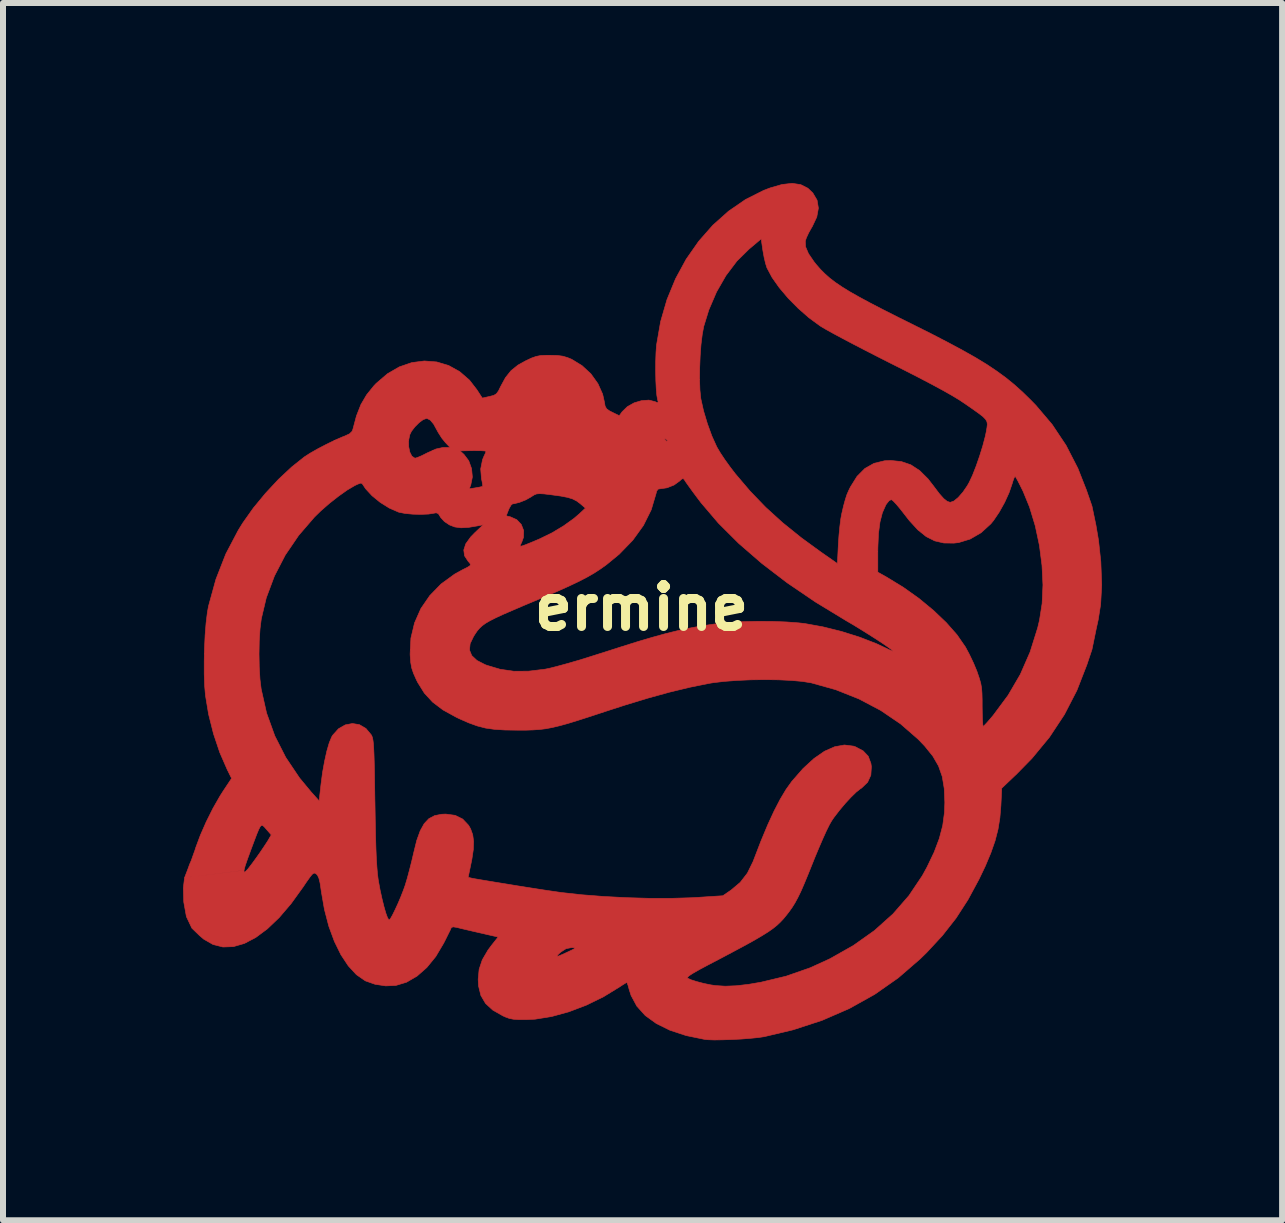
<source format=kicad_pcb>
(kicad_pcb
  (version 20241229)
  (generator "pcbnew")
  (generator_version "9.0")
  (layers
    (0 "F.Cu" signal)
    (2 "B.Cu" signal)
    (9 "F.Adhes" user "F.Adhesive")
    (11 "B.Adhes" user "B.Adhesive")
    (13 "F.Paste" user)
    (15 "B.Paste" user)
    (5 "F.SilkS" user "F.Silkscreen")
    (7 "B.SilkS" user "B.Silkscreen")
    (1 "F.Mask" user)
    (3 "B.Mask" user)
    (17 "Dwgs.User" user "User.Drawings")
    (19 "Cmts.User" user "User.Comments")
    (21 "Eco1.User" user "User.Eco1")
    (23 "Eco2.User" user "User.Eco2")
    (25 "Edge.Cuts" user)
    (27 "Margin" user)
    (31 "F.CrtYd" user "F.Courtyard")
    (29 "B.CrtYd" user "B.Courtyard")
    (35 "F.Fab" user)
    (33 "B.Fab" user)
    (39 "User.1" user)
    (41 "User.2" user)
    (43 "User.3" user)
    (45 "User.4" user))
  (footprint "ermine"
    (layer "F.Cu")
    (at 7.64 7.073)
    (property "Reference" "ermine" (at 0 0 0) (layer "F.SilkS") (effects (font (size 0.7 0.7) (thickness 0.15))))
    (attr through_hole)
    (fp_poly (pts (xy 2.652 -7.047) (xy 2.771 -6.987) (xy 2.854 -6.908) (xy 2.925 -6.788) (xy 2.947 -6.655) (xy 2.92 -6.507) (xy 2.844 -6.346) (xy 2.836 -6.334) (xy 2.786 -6.245) (xy 2.747 -6.161) (xy 2.729 -6.106) (xy 2.733 -6.012) (xy 2.781 -5.898) (xy 2.874 -5.762) (xy 2.913 -5.713) (xy 2.982 -5.634) (xy 3.055 -5.561) (xy 3.135 -5.49) (xy 3.227 -5.419) (xy 3.336 -5.345) (xy 3.465 -5.265) (xy 3.62 -5.177) (xy 3.805 -5.077) (xy 4.023 -4.964) (xy 4.28 -4.834) (xy 4.496 -4.727) (xy 4.82 -4.565) (xy 5.102 -4.419) (xy 5.348 -4.287) (xy 5.563 -4.166) (xy 5.752 -4.051) (xy 5.919 -3.939) (xy 6.071 -3.828) (xy 6.211 -3.714) (xy 6.346 -3.593) (xy 6.48 -3.462) (xy 6.571 -3.369) (xy 6.841 -3.051) (xy 7.074 -2.702) (xy 7.271 -2.319) (xy 7.413 -1.958) (xy 7.506 -1.689) (xy 7.572 -1.372) (xy 7.615 -1.118) (xy 7.653 -0.765) (xy 7.668 -0.376) (xy 7.65 -0.051) (xy 7.61 0.203) (xy 7.577 0.353) (xy 7.506 0.699) (xy 7.421 0.953) (xy 7.254 1.382) (xy 7.047 1.783) (xy 6.798 2.16) (xy 6.505 2.515) (xy 6.254 2.771) (xy 6.002 3.011) (xy 5.988 3.302) (xy 5.971 3.506) (xy 5.94 3.697) (xy 5.891 3.888) (xy 5.821 4.088) (xy 5.728 4.31) (xy 5.623 4.529) (xy 5.439 4.87) (xy 5.239 5.179) (xy 5.013 5.467) (xy 4.751 5.75) (xy 4.642 5.856) (xy 4.277 6.172) (xy 3.884 6.447) (xy 3.463 6.682) (xy 3.01 6.879) (xy 2.526 7.037) (xy 2.045 7.151) (xy 1.946 7.166) (xy 1.814 7.179) (xy 1.662 7.191) (xy 1.503 7.199) (xy 1.348 7.204) (xy 1.211 7.206) (xy 1.103 7.202) (xy 1.054 7.197) (xy 0.743 7.133) (xy 0.473 7.044) (xy 0.246 6.932) (xy 0.061 6.798) (xy -0.079 6.642) (xy -0.174 6.465) (xy -0.205 6.369) (xy -0.224 6.299) (xy -0.24 6.256) (xy -0.246 6.248) (xy -0.272 6.262) (xy -0.325 6.295) (xy -0.364 6.321) (xy -0.633 6.486) (xy -0.919 6.626) (xy -1.212 6.737) (xy -1.5 6.816) (xy -1.774 6.86) (xy -1.918 6.867) (xy -2.042 6.867) (xy -2.133 6.861) (xy -2.204 6.847) (xy -2.272 6.822) (xy -2.311 6.804) (xy -2.478 6.709) (xy -2.599 6.598) (xy -2.677 6.465) (xy -2.716 6.306) (xy -2.722 6.194) (xy -2.706 6.028) (xy -2.653 5.87) (xy -2.618 5.81) (xy -1.408 5.81) (xy -1.382 5.807) (xy -1.314 5.779) (xy -1.232 5.741) (xy -1.152 5.703) (xy -1.114 5.681) (xy -1.114 5.671) (xy -1.146 5.668) (xy -1.168 5.667) (xy -1.258 5.685) (xy -1.345 5.741) (xy -1.396 5.788) (xy -1.408 5.81) (xy -2.618 5.81) (xy -2.559 5.709) (xy -2.494 5.622) (xy -2.39 5.491) (xy -2.687 5.423) (xy -2.813 5.394) (xy -2.929 5.367) (xy -3.022 5.345) (xy -3.073 5.332) (xy -3.139 5.321) (xy -3.169 5.333) (xy -3.173 5.341) (xy -3.188 5.376) (xy -3.222 5.444) (xy -3.267 5.535) (xy -3.297 5.594) (xy -3.428 5.815) (xy -3.578 5.999) (xy -3.742 6.143) (xy -3.916 6.244) (xy -4.095 6.298) (xy -4.096 6.298) (xy -4.264 6.305) (xy -4.441 6.278) (xy -4.6 6.222) (xy -4.607 6.218) (xy -4.751 6.118) (xy -4.886 5.972) (xy -5.009 5.786) (xy -5.118 5.564) (xy -5.211 5.311) (xy -5.284 5.031) (xy -5.336 4.731) (xy -5.338 4.715) (xy -5.356 4.593) (xy -5.376 4.512) (xy -5.399 4.462) (xy -5.418 4.442) (xy -5.44 4.427) (xy -5.461 4.427) (xy -5.488 4.446) (xy -5.525 4.492) (xy -5.58 4.569) (xy -5.64 4.658) (xy -5.839 4.934) (xy -6.038 5.167) (xy -6.235 5.355) (xy -6.429 5.499) (xy -6.618 5.598) (xy -6.801 5.651) (xy -6.976 5.657) (xy -7.141 5.615) (xy -7.296 5.526) (xy -7.367 5.465) (xy -7.493 5.343) (xy -7.584 5.151) (xy -7.628 4.907) (xy -7.635 4.674) (xy -7.615 4.503) (xy -6.624 4.379) (xy -6.623 4.411) (xy -6.6 4.401) (xy -6.554 4.351) (xy -6.485 4.261) (xy -6.421 4.173) (xy -6.351 4.074) (xy -6.287 3.979) (xy -6.238 3.904) (xy -6.224 3.882) (xy -6.17 3.789) (xy -6.251 3.696) (xy -6.284 3.658) (xy -6.309 3.635) (xy -6.33 3.629) (xy -6.352 3.648) (xy -6.377 3.695) (xy -6.411 3.776) (xy -6.456 3.895) (xy -6.501 4.015) (xy -6.562 4.181) (xy -6.604 4.302) (xy -6.624 4.378) (xy -7.615 4.503) (xy -7.562 4.366) (xy -7.531 4.28) (xy -7.503 4.216) (xy -7.468 4.117) (xy -7.444 4.051) (xy -7.428 4) (xy -7.352 3.796) (xy -7.254 3.572) (xy -7.142 3.348) (xy -7.025 3.143) (xy -6.971 3.058) (xy -6.831 2.847) (xy -6.904 2.7) (xy -7.027 2.418) (xy -7.132 2.105) (xy -7.214 1.78) (xy -7.266 1.466) (xy -7.28 1.304) (xy -7.287 1.11) (xy -7.287 0.897) (xy -7.285 0.773) (xy -6.374 0.773) (xy -6.37 0.992) (xy -6.358 1.195) (xy -6.338 1.359) (xy -6.248 1.759) (xy -6.111 2.139) (xy -5.928 2.499) (xy -5.698 2.841) (xy -5.504 3.075) (xy -5.372 3.222) (xy -5.341 2.945) (xy -5.315 2.747) (xy -5.281 2.56) (xy -5.244 2.393) (xy -5.204 2.255) (xy -5.163 2.156) (xy -5.147 2.129) (xy -5.05 2.021) (xy -4.937 1.956) (xy -4.818 1.933) (xy -4.701 1.952) (xy -4.593 2.015) (xy -4.505 2.12) (xy -4.493 2.142) (xy -4.483 2.171) (xy -4.475 2.212) (xy -4.468 2.268) (xy -4.463 2.346) (xy -4.458 2.449) (xy -4.454 2.583) (xy -4.45 2.753) (xy -4.447 2.964) (xy -4.443 3.22) (xy -4.442 3.251) (xy -4.437 3.547) (xy -4.432 3.798) (xy -4.426 4.006) (xy -4.419 4.178) (xy -4.41 4.318) (xy -4.401 4.43) (xy -4.39 4.519) (xy -4.386 4.547) (xy -4.357 4.705) (xy -4.324 4.855) (xy -4.291 4.988) (xy -4.26 5.095) (xy -4.232 5.171) (xy -4.209 5.206) (xy -4.205 5.207) (xy -4.184 5.185) (xy -4.15 5.125) (xy -4.107 5.038) (xy -4.059 4.934) (xy -4.011 4.821) (xy -3.968 4.711) (xy -3.938 4.627) (xy -3.903 4.51) (xy -3.864 4.364) (xy -3.825 4.209) (xy -3.797 4.089) (xy -3.746 3.882) (xy -3.688 3.721) (xy -3.622 3.602) (xy -3.544 3.519) (xy -3.448 3.468) (xy -3.332 3.445) (xy -3.262 3.442) (xy -3.106 3.463) (xy -2.98 3.525) (xy -2.882 3.629) (xy -2.848 3.689) (xy -2.813 3.787) (xy -2.798 3.898) (xy -2.803 4.033) (xy -2.828 4.201) (xy -2.843 4.274) (xy -2.889 4.496) (xy -2.835 4.509) (xy -2.784 4.519) (xy -2.691 4.535) (xy -2.565 4.556) (xy -2.414 4.581) (xy -2.247 4.608) (xy -2.071 4.637) (xy -1.895 4.665) (xy -1.729 4.691) (xy -1.579 4.714) (xy -1.455 4.732) (xy -1.365 4.745) (xy -1.346 4.748) (xy -1.003 4.786) (xy -0.632 4.815) (xy -0.248 4.835) (xy 0.134 4.846) (xy 0.5 4.846) (xy 0.836 4.836) (xy 0.938 4.83) (xy 1.355 4.803) (xy 1.493 4.708) (xy 1.645 4.58) (xy 1.764 4.426) (xy 1.858 4.235) (xy 1.868 4.209) (xy 1.99 3.892) (xy 2.103 3.621) (xy 2.209 3.391) (xy 2.31 3.196) (xy 2.408 3.032) (xy 2.506 2.895) (xy 2.509 2.892) (xy 2.692 2.683) (xy 2.873 2.517) (xy 3.049 2.395) (xy 3.219 2.32) (xy 3.38 2.291) (xy 3.532 2.31) (xy 3.564 2.321) (xy 3.693 2.389) (xy 3.778 2.479) (xy 3.822 2.597) (xy 3.83 2.652) (xy 3.821 2.794) (xy 3.767 2.912) (xy 3.668 3.007) (xy 3.645 3.022) (xy 3.577 3.076) (xy 3.489 3.162) (xy 3.391 3.268) (xy 3.294 3.384) (xy 3.205 3.5) (xy 3.167 3.556) (xy 3.13 3.621) (xy 3.079 3.724) (xy 3.019 3.857) (xy 2.953 4.01) (xy 2.885 4.173) (xy 2.859 4.238) (xy 2.778 4.44) (xy 2.711 4.602) (xy 2.655 4.731) (xy 2.604 4.835) (xy 2.557 4.922) (xy 2.509 4.999) (xy 2.456 5.073) (xy 2.413 5.128) (xy 2.364 5.188) (xy 2.313 5.242) (xy 2.257 5.295) (xy 2.191 5.348) (xy 2.11 5.405) (xy 2.009 5.468) (xy 1.885 5.541) (xy 1.732 5.626) (xy 1.547 5.725) (xy 1.325 5.843) (xy 1.109 5.956) (xy 0.959 6.036) (xy 0.853 6.097) (xy 0.789 6.139) (xy 0.763 6.166) (xy 0.766 6.176) (xy 0.827 6.204) (xy 0.922 6.234) (xy 1.036 6.264) (xy 1.153 6.288) (xy 1.232 6.3) (xy 1.395 6.31) (xy 1.576 6.303) (xy 1.785 6.279) (xy 1.994 6.243) (xy 2.41 6.143) (xy 2.811 6.003) (xy 3.137 5.854) (xy 3.53 5.632) (xy 3.881 5.383) (xy 4.19 5.106) (xy 4.455 4.802) (xy 4.678 4.47) (xy 4.756 4.328) (xy 4.876 4.077) (xy 4.962 3.849) (xy 5.019 3.632) (xy 5.048 3.415) (xy 5.054 3.248) (xy 5.044 3.016) (xy 5.011 2.817) (xy 4.949 2.641) (xy 4.853 2.475) (xy 4.718 2.308) (xy 4.612 2.197) (xy 4.317 1.94) (xy 3.986 1.715) (xy 3.624 1.524) (xy 3.237 1.37) (xy 2.83 1.256) (xy 2.819 1.254) (xy 2.676 1.231) (xy 2.494 1.215) (xy 2.284 1.205) (xy 2.056 1.202) (xy 1.822 1.205) (xy 1.593 1.215) (xy 1.38 1.231) (xy 1.193 1.253) (xy 1.121 1.265) (xy 0.805 1.329) (xy 0.469 1.41) (xy 0.107 1.51) (xy -0.288 1.63) (xy -0.612 1.735) (xy -0.854 1.815) (xy -1.054 1.879) (xy -1.222 1.931) (xy -1.363 1.97) (xy -1.485 1.999) (xy -1.595 2.02) (xy -1.701 2.033) (xy -1.81 2.04) (xy -1.929 2.044) (xy -2.066 2.044) (xy -2.07 2.044) (xy -2.279 2.041) (xy -2.451 2.03) (xy -2.599 2.009) (xy -2.739 1.973) (xy -2.882 1.921) (xy -3.043 1.85) (xy -3.092 1.826) (xy -3.308 1.707) (xy -3.481 1.576) (xy -3.619 1.426) (xy -3.73 1.248) (xy -3.752 1.204) (xy -3.8 1.096) (xy -3.83 1.007) (xy -3.846 0.916) (xy -3.855 0.8) (xy -3.856 0.776) (xy -3.853 0.708) (xy -2.867 0.708) (xy -2.829 0.801) (xy -2.743 0.882) (xy -2.607 0.952) (xy -2.578 0.963) (xy -2.357 1.029) (xy -2.129 1.062) (xy -1.884 1.061) (xy -1.61 1.028) (xy -1.598 1.026) (xy -1.51 1.007) (xy -1.383 0.974) (xy -1.225 0.931) (xy -1.047 0.879) (xy -0.857 0.82) (xy -0.664 0.759) (xy -0.66 0.758) (xy -0.342 0.656) (xy -0.065 0.569) (xy 0.179 0.497) (xy 0.396 0.437) (xy 0.594 0.388) (xy 0.78 0.347) (xy 0.96 0.314) (xy 1.142 0.285) (xy 1.294 0.265) (xy 1.487 0.247) (xy 1.71 0.235) (xy 1.949 0.23) (xy 2.19 0.232) (xy 2.418 0.241) (xy 2.619 0.256) (xy 2.718 0.267) (xy 3.022 0.322) (xy 3.332 0.399) (xy 3.634 0.494) (xy 3.91 0.601) (xy 4.066 0.674) (xy 4.134 0.707) (xy 4.179 0.726) (xy 4.191 0.727) (xy 4.17 0.706) (xy 4.113 0.664) (xy 4.027 0.604) (xy 3.919 0.533) (xy 3.795 0.454) (xy 3.664 0.372) (xy 3.532 0.291) (xy 3.407 0.218) (xy 3.404 0.216) (xy 2.896 -0.093) (xy 2.428 -0.411) (xy 2.195 -0.589) (xy 3.937 -0.589) (xy 4.083 -0.507) (xy 4.36 -0.338) (xy 4.623 -0.151) (xy 4.864 0.048) (xy 5.078 0.252) (xy 5.257 0.455) (xy 5.393 0.652) (xy 5.394 0.652) (xy 5.462 0.779) (xy 5.532 0.926) (xy 5.589 1.063) (xy 5.596 1.084) (xy 5.629 1.181) (xy 5.652 1.261) (xy 5.666 1.339) (xy 5.673 1.429) (xy 5.676 1.546) (xy 5.676 1.645) (xy 5.678 1.769) (xy 5.681 1.872) (xy 5.686 1.946) (xy 5.691 1.98) (xy 5.693 1.981) (xy 5.714 1.963) (xy 5.76 1.914) (xy 5.822 1.842) (xy 5.86 1.797) (xy 6.108 1.463) (xy 6.312 1.114) (xy 6.475 0.741) (xy 6.601 0.339) (xy 6.631 0.214) (xy 6.675 -0.066) (xy 6.689 -0.376) (xy 6.673 -0.702) (xy 6.63 -1.035) (xy 6.56 -1.363) (xy 6.465 -1.675) (xy 6.359 -1.934) (xy 6.309 -2.035) (xy 6.267 -2.117) (xy 6.237 -2.17) (xy 6.224 -2.184) (xy 6.209 -2.162) (xy 6.188 -2.105) (xy 6.176 -2.064) (xy 6.125 -1.915) (xy 6.05 -1.75) (xy 5.96 -1.589) (xy 5.866 -1.45) (xy 5.821 -1.395) (xy 5.658 -1.246) (xy 5.477 -1.141) (xy 5.285 -1.082) (xy 5.205 -1.073) (xy 5.038 -1.075) (xy 4.886 -1.11) (xy 4.743 -1.182) (xy 4.604 -1.294) (xy 4.462 -1.449) (xy 4.388 -1.544) (xy 4.313 -1.64) (xy 4.246 -1.72) (xy 4.194 -1.775) (xy 4.164 -1.798) (xy 4.126 -1.781) (xy 4.082 -1.726) (xy 4.07 -1.707) (xy 4.013 -1.579) (xy 3.973 -1.423) (xy 3.948 -1.232) (xy 3.938 -1.001) (xy 3.937 -0.936) (xy 3.937 -0.589) (xy 2.195 -0.589) (xy 2.002 -0.737) (xy 1.619 -1.069) (xy 1.282 -1.405) (xy 0.993 -1.744) (xy 0.933 -1.823) (xy 0.857 -1.925) (xy 0.791 -2.016) (xy 0.742 -2.085) (xy 0.717 -2.123) (xy 0.716 -2.125) (xy 0.695 -2.149) (xy 0.669 -2.14) (xy 0.636 -2.109) (xy 0.542 -2.041) (xy 0.426 -1.995) (xy 0.333 -1.981) (xy 0.279 -1.974) (xy 0.252 -1.94) (xy 0.242 -1.899) (xy 0.161 -1.627) (xy 0.032 -1.368) (xy -0.146 -1.121) (xy -0.372 -0.888) (xy -0.585 -0.713) (xy -0.686 -0.641) (xy -0.792 -0.572) (xy -0.909 -0.505) (xy -1.044 -0.435) (xy -1.204 -0.359) (xy -1.395 -0.273) (xy -1.625 -0.175) (xy -1.727 -0.132) (xy -1.961 -0.034) (xy -2.152 0.048) (xy -2.307 0.115) (xy -2.43 0.172) (xy -2.525 0.22) (xy -2.599 0.263) (xy -2.655 0.304) (xy -2.699 0.345) (xy -2.737 0.389) (xy -2.771 0.439) (xy -2.798 0.481) (xy -2.856 0.602) (xy -2.867 0.708) (xy -3.853 0.708) (xy -3.843 0.51) (xy -3.782 0.256) (xy -3.677 0.018) (xy -3.528 -0.199) (xy -3.34 -0.392) (xy -3.115 -0.556) (xy -2.985 -0.628) (xy -2.903 -0.669) (xy -2.86 -0.696) (xy -2.849 -0.717) (xy -2.864 -0.742) (xy -2.888 -0.768) (xy -2.949 -0.861) (xy -2.962 -0.958) (xy -2.929 -1.061) (xy -2.847 -1.175) (xy -2.778 -1.246) (xy -2.637 -1.379) (xy -2.722 -1.362) (xy -2.883 -1.335) (xy -3.009 -1.328) (xy -3.112 -1.342) (xy -3.2 -1.376) (xy -3.285 -1.433) (xy -3.345 -1.498) (xy -3.353 -1.512) (xy -3.363 -1.527) (xy -2.255 -1.527) (xy -2.188 -1.512) (xy -2.08 -1.464) (xy -2.004 -1.384) (xy -1.964 -1.282) (xy -1.967 -1.169) (xy -1.996 -1.089) (xy -2.021 -1.037) (xy -2.018 -1.02) (xy -1.986 -1.027) (xy -1.977 -1.03) (xy -1.928 -1.048) (xy -1.846 -1.081) (xy -1.746 -1.123) (xy -1.695 -1.145) (xy -1.494 -1.243) (xy -1.299 -1.36) (xy -1.125 -1.485) (xy -1.033 -1.564) (xy -0.935 -1.656) (xy -1.02 -1.729) (xy -1.08 -1.774) (xy -1.148 -1.809) (xy -1.233 -1.835) (xy -1.347 -1.857) (xy -1.5 -1.878) (xy -1.514 -1.88) (xy -1.624 -1.893) (xy -1.697 -1.897) (xy -1.748 -1.893) (xy -1.788 -1.877) (xy -1.833 -1.849) (xy -1.841 -1.843) (xy -1.93 -1.793) (xy -2.031 -1.753) (xy -2.12 -1.73) (xy -2.149 -1.727) (xy -2.174 -1.706) (xy -2.205 -1.652) (xy -2.216 -1.627) (xy -2.255 -1.527) (xy -3.363 -1.527) (xy -3.386 -1.564) (xy -3.423 -1.578) (xy -3.455 -1.572) (xy -3.549 -1.557) (xy -3.674 -1.552) (xy -3.81 -1.555) (xy -3.939 -1.567) (xy -4.04 -1.587) (xy -4.053 -1.591) (xy -4.205 -1.658) (xy -4.355 -1.752) (xy -4.491 -1.863) (xy -4.599 -1.98) (xy -4.641 -2.044) (xy -4.659 -2.068) (xy -4.685 -2.072) (xy -4.734 -2.053) (xy -4.778 -2.032) (xy -4.902 -1.959) (xy -5.046 -1.857) (xy -5.199 -1.737) (xy -5.347 -1.608) (xy -5.45 -1.507) (xy -5.713 -1.202) (xy -5.937 -0.873) (xy -6.117 -0.525) (xy -6.253 -0.162) (xy -6.336 0.188) (xy -6.357 0.355) (xy -6.37 0.555) (xy -6.374 0.773) (xy -7.285 0.773) (xy -7.282 0.675) (xy -7.272 0.458) (xy -7.256 0.258) (xy -7.235 0.086) (xy -7.216 -0.021) (xy -7.092 -0.471) (xy -6.927 -0.893) (xy -6.72 -1.287) (xy -6.644 -1.41) (xy -6.469 -1.657) (xy -6.267 -1.902) (xy -6.051 -2.134) (xy -5.83 -2.341) (xy -5.619 -2.509) (xy -5.523 -2.571) (xy -5.395 -2.644) (xy -5.251 -2.719) (xy -5.126 -2.78) (xy -3.882 -2.78) (xy -3.88 -2.679) (xy -3.861 -2.589) (xy -3.827 -2.522) (xy -3.78 -2.49) (xy -3.769 -2.489) (xy -3.731 -2.501) (xy -3.662 -2.53) (xy -3.577 -2.573) (xy -3.567 -2.578) (xy -3.495 -2.61) (xy -3.024 -2.61) (xy -2.958 -2.55) (xy -2.879 -2.445) (xy -2.832 -2.314) (xy -2.819 -2.174) (xy -2.845 -2.044) (xy -2.871 -1.977) (xy -2.762 -1.995) (xy -2.695 -2.007) (xy -2.653 -2.017) (xy -2.647 -2.019) (xy -2.648 -2.045) (xy -2.658 -2.105) (xy -2.667 -2.145) (xy -2.68 -2.309) (xy -2.649 -2.465) (xy -2.626 -2.52) (xy -2.601 -2.573) (xy -2.591 -2.603) (xy -2.614 -2.609) (xy -2.677 -2.613) (xy -2.767 -2.614) (xy -2.807 -2.614) (xy -3.024 -2.61) (xy -3.495 -2.61) (xy -3.426 -2.641) (xy -3.312 -2.666) (xy -3.295 -2.667) (xy -3.19 -2.667) (xy -3.269 -2.75) (xy -3.319 -2.812) (xy 0.385 -2.812) (xy 0.391 -2.798) (xy 0.417 -2.771) (xy 0.432 -2.776) (xy 0.432 -2.78) (xy 0.414 -2.801) (xy 0.402 -2.809) (xy 0.385 -2.812) (xy -3.319 -2.812) (xy -3.33 -2.826) (xy -3.388 -2.917) (xy -3.404 -2.946) (xy -3.464 -3.056) (xy -3.518 -3.121) (xy -3.569 -3.148) (xy -3.585 -3.15) (xy -3.64 -3.13) (xy -3.708 -3.079) (xy -3.777 -3.01) (xy -3.834 -2.936) (xy -3.862 -2.878) (xy -3.882 -2.78) (xy -5.126 -2.78) (xy -5.107 -2.789) (xy -4.978 -2.845) (xy -4.946 -2.857) (xy -4.866 -2.894) (xy -4.824 -2.935) (xy -4.81 -2.969) (xy -4.75 -3.194) (xy -4.676 -3.382) (xy -4.581 -3.544) (xy -4.459 -3.695) (xy -4.42 -3.736) (xy -4.234 -3.895) (xy -4.035 -4.01) (xy -3.828 -4.081) (xy -3.619 -4.108) (xy -3.413 -4.092) (xy -3.215 -4.033) (xy -3.032 -3.932) (xy -2.867 -3.789) (xy -2.745 -3.631) (xy -2.653 -3.49) (xy -2.532 -3.517) (xy -2.462 -3.535) (xy -2.418 -3.562) (xy -2.383 -3.61) (xy -2.349 -3.68) (xy -2.267 -3.831) (xy -2.175 -3.946) (xy -2.06 -4.039) (xy -1.936 -4.108) (xy -1.835 -4.156) (xy -1.756 -4.184) (xy -1.68 -4.199) (xy -1.584 -4.203) (xy -1.525 -4.203) (xy -1.404 -4.2) (xy -1.312 -4.188) (xy -1.232 -4.164) (xy -1.164 -4.136) (xy -0.992 -4.031) (xy -0.844 -3.894) (xy -0.727 -3.731) (xy -0.648 -3.555) (xy -0.62 -3.43) (xy -0.607 -3.356) (xy -0.582 -3.311) (xy -0.533 -3.276) (xy -0.487 -3.253) (xy -0.371 -3.196) (xy -0.323 -3.262) (xy -0.237 -3.346) (xy -0.124 -3.41) (xy 0.000384 -3.447) (xy 0.122 -3.456) (xy 0.227 -3.43) (xy 0.234 -3.426) (xy 0.271 -3.41) (xy 0.277 -3.429) (xy 0.269 -3.458) (xy 0.255 -3.534) (xy 0.245 -3.648) (xy 0.238 -3.789) (xy 0.238 -3.799) (xy 0.967 -3.799) (xy 0.973 -3.626) (xy 0.987 -3.487) (xy 0.99 -3.47) (xy 1.034 -3.274) (xy 1.097 -3.064) (xy 1.171 -2.86) (xy 1.251 -2.683) (xy 1.26 -2.666) (xy 1.312 -2.578) (xy 1.387 -2.465) (xy 1.475 -2.343) (xy 1.563 -2.228) (xy 1.809 -1.939) (xy 2.068 -1.67) (xy 2.351 -1.413) (xy 2.665 -1.16) (xy 2.985 -0.927) (xy 3.264 -0.732) (xy 3.28 -1.058) (xy 3.29 -1.202) (xy 3.304 -1.347) (xy 3.32 -1.476) (xy 3.336 -1.562) (xy 3.368 -1.699) (xy 3.396 -1.8) (xy 3.422 -1.881) (xy 3.454 -1.954) (xy 3.48 -2.007) (xy 3.591 -2.185) (xy 3.721 -2.316) (xy 3.873 -2.402) (xy 4.049 -2.445) (xy 4.153 -2.45) (xy 4.329 -2.432) (xy 4.487 -2.378) (xy 4.634 -2.282) (xy 4.774 -2.143) (xy 4.87 -2.019) (xy 4.962 -1.897) (xy 5.035 -1.815) (xy 5.093 -1.769) (xy 5.141 -1.753) (xy 5.145 -1.753) (xy 5.205 -1.774) (xy 5.277 -1.833) (xy 5.355 -1.922) (xy 5.429 -2.03) (xy 5.459 -2.083) (xy 5.515 -2.202) (xy 5.575 -2.355) (xy 5.634 -2.525) (xy 5.687 -2.696) (xy 5.728 -2.852) (xy 5.744 -2.928) (xy 5.756 -2.998) (xy 5.762 -3.051) (xy 5.756 -3.095) (xy 5.733 -3.136) (xy 5.688 -3.182) (xy 5.615 -3.238) (xy 5.511 -3.312) (xy 5.397 -3.391) (xy 5.297 -3.458) (xy 5.173 -3.533) (xy 5.021 -3.619) (xy 4.838 -3.718) (xy 4.62 -3.832) (xy 4.362 -3.964) (xy 4.153 -4.069) (xy 3.938 -4.178) (xy 3.729 -4.285) (xy 3.532 -4.387) (xy 3.354 -4.481) (xy 3.201 -4.563) (xy 3.078 -4.631) (xy 2.993 -4.681) (xy 2.972 -4.695) (xy 2.79 -4.828) (xy 2.611 -4.985) (xy 2.443 -5.155) (xy 2.295 -5.33) (xy 2.175 -5.5) (xy 2.092 -5.656) (xy 2.09 -5.659) (xy 2.067 -5.732) (xy 2.043 -5.833) (xy 2.023 -5.943) (xy 2.022 -5.948) (xy 1.994 -6.143) (xy 1.791 -5.972) (xy 1.589 -5.773) (xy 1.407 -5.532) (xy 1.25 -5.259) (xy 1.122 -4.961) (xy 1.037 -4.686) (xy 1.012 -4.553) (xy 0.991 -4.383) (xy 0.977 -4.192) (xy 0.969 -3.993) (xy 0.967 -3.799) (xy 0.238 -3.799) (xy 0.235 -3.944) (xy 0.236 -4.101) (xy 0.241 -4.248) (xy 0.25 -4.374) (xy 0.252 -4.385) (xy 0.318 -4.765) (xy 0.424 -5.131) (xy 0.567 -5.478) (xy 0.744 -5.804) (xy 0.953 -6.103) (xy 1.189 -6.371) (xy 1.451 -6.605) (xy 1.735 -6.8) (xy 2.038 -6.952) (xy 2.144 -6.992) (xy 2.341 -7.049) (xy 2.51 -7.068) (xy 2.652 -7.047)) (stroke (width 0.01) (type solid)) (fill yes) (layer "F.Cu"))
    (fp_poly (pts (xy -2.4 -1.889) (xy -2.344 -1.848) (xy -2.316 -1.779) (xy -2.311 -1.721) (xy -2.328 -1.653) (xy -2.382 -1.597) (xy -2.476 -1.55) (xy -2.615 -1.51) (xy -2.67 -1.498) (xy -2.833 -1.467) (xy -2.956 -1.452) (xy -3.049 -1.453) (xy -3.119 -1.468) (xy -3.147 -1.48) (xy -3.222 -1.538) (xy -3.248 -1.611) (xy -3.243 -1.655) (xy -3.218 -1.704) (xy -3.165 -1.747) (xy -3.078 -1.787) (xy -2.953 -1.826) (xy -2.787 -1.866) (xy -2.618 -1.898) (xy -2.49 -1.906) (xy -2.4 -1.889)) (stroke (width 0.01) (type solid)) (fill yes) (layer "F.Mask"))
    (fp_poly (pts (xy -2.197 -1.377) (xy -2.136 -1.33) (xy -2.093 -1.271) (xy -2.083 -1.233) (xy -2.097 -1.17) (xy -2.141 -1.108) (xy -2.222 -1.042) (xy -2.344 -0.967) (xy -2.407 -0.933) (xy -2.543 -0.866) (xy -2.645 -0.827) (xy -2.718 -0.815) (xy -2.77 -0.829) (xy -2.789 -0.843) (xy -2.811 -0.889) (xy -2.819 -0.954) (xy -2.811 -1.008) (xy -2.779 -1.063) (xy -2.717 -1.13) (xy -2.692 -1.154) (xy -2.603 -1.227) (xy -2.5 -1.295) (xy -2.397 -1.351) (xy -2.308 -1.387) (xy -2.258 -1.397) (xy -2.197 -1.377)) (stroke (width 0.01) (type solid)) (fill yes) (layer "F.Mask"))
    (fp_poly (pts (xy 2.618 -6.836) (xy 2.688 -6.779) (xy 2.728 -6.7) (xy 2.729 -6.609) (xy 2.711 -6.561) (xy 2.68 -6.501) (xy 2.634 -6.416) (xy 2.592 -6.337) (xy 2.546 -6.245) (xy 2.523 -6.173) (xy 2.517 -6.098) (xy 2.52 -6.042) (xy 2.552 -5.892) (xy 2.629 -5.736) (xy 2.752 -5.571) (xy 2.857 -5.459) (xy 2.948 -5.373) (xy 3.048 -5.289) (xy 3.162 -5.205) (xy 3.294 -5.118) (xy 3.45 -5.025) (xy 3.634 -4.923) (xy 3.852 -4.809) (xy 4.108 -4.679) (xy 4.288 -4.59) (xy 4.583 -4.445) (xy 4.835 -4.318) (xy 5.051 -4.207) (xy 5.233 -4.111) (xy 5.387 -4.025) (xy 5.518 -3.949) (xy 5.628 -3.88) (xy 5.722 -3.817) (xy 6.081 -3.539) (xy 6.393 -3.246) (xy 6.66 -2.935) (xy 6.883 -2.604) (xy 7.066 -2.25) (xy 7.115 -2.133) (xy 7.197 -1.91) (xy 7.265 -1.68) (xy 7.323 -1.43) (xy 7.374 -1.148) (xy 7.393 -1.026) (xy 7.433 -0.645) (xy 7.437 -0.278) (xy 7.405 0.087) (xy 7.335 0.46) (xy 7.226 0.851) (xy 7.21 0.9) (xy 7.066 1.271) (xy 6.881 1.637) (xy 6.661 1.986) (xy 6.412 2.311) (xy 6.14 2.602) (xy 5.985 2.743) (xy 5.791 2.907) (xy 5.791 3.114) (xy 5.775 3.383) (xy 5.727 3.656) (xy 5.644 3.939) (xy 5.523 4.24) (xy 5.42 4.458) (xy 5.186 4.867) (xy 4.912 5.247) (xy 4.601 5.597) (xy 4.255 5.913) (xy 3.879 6.194) (xy 3.473 6.436) (xy 3.043 6.639) (xy 2.589 6.8) (xy 2.172 6.905) (xy 2.054 6.927) (xy 1.917 6.948) (xy 1.772 6.969) (xy 1.63 6.986) (xy 1.504 6.999) (xy 1.405 7.007) (xy 1.35 7.007) (xy 1.305 7.003) (xy 1.226 6.994) (xy 1.129 6.983) (xy 1.119 6.982) (xy 0.925 6.951) (xy 0.73 6.904) (xy 0.552 6.846) (xy 0.429 6.793) (xy 0.267 6.69) (xy 0.135 6.564) (xy 0.04 6.421) (xy -0.015 6.27) (xy -0.025 6.171) (xy -0.004 6.036) (xy 0.055 5.892) (xy 0.145 5.752) (xy 0.258 5.63) (xy 0.262 5.627) (xy 0.329 5.566) (xy 0.361 5.532) (xy 0.363 5.516) (xy 0.337 5.512) (xy 0.327 5.512) (xy 0.27 5.528) (xy 0.214 5.581) (xy 0.192 5.611) (xy 0.117 5.702) (xy 0.011 5.803) (xy -0.13 5.915) (xy -0.312 6.045) (xy -0.375 6.087) (xy -0.655 6.259) (xy -0.94 6.402) (xy -1.222 6.516) (xy -1.495 6.597) (xy -1.751 6.642) (xy -1.983 6.65) (xy -1.985 6.65) (xy -2.17 6.623) (xy -2.315 6.565) (xy -2.421 6.475) (xy -2.487 6.355) (xy -2.509 6.247) (xy -2.501 6.095) (xy -2.497 6.083) (xy -2.031 6.083) (xy -2.024 6.109) (xy -2.007 6.122) (xy -1.939 6.142) (xy -1.837 6.147) (xy -1.713 6.136) (xy -1.581 6.111) (xy -1.478 6.082) (xy -1.302 6.016) (xy -1.102 5.927) (xy -0.891 5.822) (xy -0.686 5.71) (xy -0.559 5.634) (xy -0.343 5.499) (xy -1.305 5.438) (xy -1.491 5.58) (xy -1.647 5.703) (xy -1.783 5.816) (xy -1.893 5.913) (xy -1.97 5.991) (xy -2.007 6.037) (xy -2.031 6.083) (xy -2.497 6.083) (xy -2.449 5.935) (xy -2.351 5.764) (xy -2.206 5.581) (xy -2.14 5.508) (xy -2.072 5.434) (xy -2.037 5.389) (xy -2.031 5.363) (xy -2.048 5.351) (xy -2.049 5.35) (xy -2.083 5.342) (xy -2.157 5.324) (xy -2.264 5.299) (xy -2.394 5.269) (xy -2.539 5.235) (xy -2.691 5.2) (xy -2.841 5.165) (xy -2.98 5.133) (xy -3.1 5.106) (xy -3.192 5.085) (xy -3.248 5.073) (xy -3.258 5.071) (xy -3.276 5.091) (xy -3.308 5.148) (xy -3.349 5.231) (xy -3.374 5.284) (xy -3.501 5.535) (xy -3.638 5.741) (xy -3.785 5.901) (xy -3.938 6.014) (xy -4.098 6.079) (xy -4.229 6.095) (xy -4.394 6.07) (xy -4.546 5.997) (xy -4.684 5.875) (xy -4.808 5.705) (xy -4.877 5.577) (xy -4.948 5.415) (xy -5.007 5.245) (xy -5.057 5.057) (xy -5.101 4.837) (xy -5.129 4.664) (xy -5.149 4.542) (xy -5.166 4.44) (xy -5.179 4.367) (xy -5.186 4.333) (xy -5.187 4.331) (xy -5.271 4.272) (xy -5.358 4.216) (xy -5.438 4.17) (xy -5.5 4.139) (xy -5.533 4.13) (xy -5.535 4.131) (xy -5.555 4.159) (xy -5.597 4.222) (xy -5.656 4.309) (xy -5.726 4.414) (xy -5.746 4.445) (xy -5.92 4.692) (xy -6.098 4.912) (xy -6.274 5.1) (xy -6.444 5.25) (xy -6.603 5.358) (xy -6.629 5.372) (xy -6.789 5.431) (xy -6.941 5.443) (xy -7.08 5.41) (xy -7.199 5.333) (xy -7.293 5.215) (xy -7.352 5.077) (xy -7.375 4.986) (xy -7.387 4.902) (xy -7.387 4.838) (xy -6.908 4.838) (xy -6.906 4.912) (xy -6.896 4.95) (xy -6.891 4.953) (xy -6.855 4.939) (xy -6.8 4.904) (xy -6.792 4.898) (xy -6.632 4.761) (xy -6.463 4.588) (xy -6.349 4.453) (xy -6.283 4.365) (xy -6.208 4.261) (xy -6.132 4.149) (xy -6.059 4.038) (xy -5.996 3.936) (xy -5.948 3.853) (xy -5.922 3.798) (xy -5.918 3.784) (xy -5.934 3.754) (xy -5.975 3.696) (xy -6.035 3.619) (xy -6.107 3.531) (xy -6.185 3.44) (xy -6.259 3.355) (xy -6.325 3.283) (xy -6.375 3.233) (xy -6.401 3.214) (xy -6.402 3.214) (xy -6.418 3.241) (xy -6.449 3.308) (xy -6.49 3.406) (xy -6.54 3.528) (xy -6.594 3.664) (xy -6.65 3.808) (xy -6.705 3.95) (xy -6.754 4.083) (xy -6.796 4.198) (xy -6.826 4.288) (xy -6.832 4.305) (xy -6.855 4.398) (xy -6.875 4.508) (xy -6.891 4.626) (xy -6.902 4.739) (xy -6.908 4.838) (xy -7.387 4.838) (xy -7.387 4.812) (xy -7.374 4.702) (xy -7.349 4.561) (xy -7.339 4.512) (xy -7.238 4.115) (xy -7.101 3.737) (xy -6.932 3.387) (xy -6.739 3.081) (xy -6.68 2.996) (xy -6.634 2.926) (xy -6.607 2.882) (xy -6.604 2.872) (xy -6.614 2.842) (xy -6.641 2.776) (xy -6.68 2.687) (xy -6.708 2.626) (xy -6.827 2.35) (xy -6.919 2.089) (xy -6.987 1.83) (xy -7.034 1.561) (xy -7.061 1.271) (xy -7.072 0.947) (xy -7.072 0.907) (xy -6.599 0.907) (xy -6.562 1.325) (xy -6.479 1.744) (xy -6.401 2.01) (xy -6.317 2.244) (xy -6.227 2.45) (xy -6.122 2.648) (xy -5.991 2.858) (xy -5.967 2.894) (xy -5.898 2.99) (xy -5.807 3.102) (xy -5.704 3.223) (xy -5.594 3.345) (xy -5.486 3.459) (xy -5.386 3.558) (xy -5.303 3.633) (xy -5.243 3.678) (xy -5.239 3.68) (xy -5.21 3.693) (xy -5.193 3.69) (xy -5.185 3.661) (xy -5.182 3.597) (xy -5.182 3.511) (xy -5.176 3.34) (xy -5.16 3.147) (xy -5.136 2.947) (xy -5.105 2.749) (xy -5.07 2.568) (xy -5.031 2.413) (xy -4.994 2.301) (xy -4.941 2.215) (xy -4.874 2.162) (xy -4.803 2.144) (xy -4.739 2.164) (xy -4.698 2.212) (xy -4.69 2.251) (xy -4.683 2.339) (xy -4.677 2.472) (xy -4.672 2.647) (xy -4.668 2.862) (xy -4.664 3.114) (xy -4.663 3.22) (xy -4.661 3.499) (xy -4.657 3.736) (xy -4.652 3.935) (xy -4.644 4.106) (xy -4.635 4.256) (xy -4.622 4.391) (xy -4.606 4.519) (xy -4.585 4.647) (xy -4.56 4.783) (xy -4.544 4.863) (xy -4.506 5.019) (xy -4.456 5.173) (xy -4.399 5.313) (xy -4.341 5.429) (xy -4.284 5.509) (xy -4.271 5.522) (xy -4.239 5.548) (xy -4.213 5.552) (xy -4.18 5.529) (xy -4.127 5.474) (xy -4.116 5.462) (xy -4.018 5.332) (xy -3.921 5.157) (xy -3.826 4.944) (xy -3.738 4.697) (xy -3.657 4.424) (xy -3.593 4.16) (xy -3.553 3.988) (xy -3.517 3.86) (xy -3.481 3.77) (xy -3.439 3.71) (xy -3.388 3.676) (xy -3.324 3.661) (xy -3.257 3.658) (xy -3.15 3.681) (xy -3.066 3.745) (xy -3.016 3.841) (xy -3.01 3.864) (xy -3.009 3.932) (xy -3.021 4.042) (xy -3.046 4.19) (xy -3.07 4.305) (xy -3.096 4.433) (xy -3.116 4.544) (xy -3.13 4.627) (xy -3.134 4.674) (xy -3.133 4.68) (xy -3.101 4.695) (xy -3.063 4.699) (xy -3.023 4.703) (xy -2.94 4.715) (xy -2.821 4.732) (xy -2.675 4.756) (xy -2.507 4.783) (xy -2.334 4.811) (xy -1.971 4.871) (xy -1.648 4.921) (xy -1.357 4.961) (xy -1.09 4.993) (xy -0.837 5.017) (xy -0.589 5.035) (xy -0.337 5.046) (xy -0.073 5.051) (xy 0.212 5.052) (xy 0.527 5.049) (xy 0.533 5.049) (xy 0.77 5.045) (xy 0.961 5.041) (xy 1.115 5.036) (xy 1.237 5.028) (xy 1.333 5.016) (xy 1.409 4.999) (xy 1.473 4.977) (xy 1.53 4.947) (xy 1.586 4.91) (xy 1.649 4.863) (xy 1.669 4.847) (xy 1.755 4.776) (xy 1.829 4.698) (xy 1.897 4.608) (xy 1.963 4.497) (xy 2.031 4.359) (xy 2.107 4.184) (xy 2.169 4.032) (xy 2.234 3.871) (xy 2.302 3.711) (xy 2.366 3.563) (xy 2.422 3.441) (xy 2.461 3.361) (xy 2.567 3.183) (xy 2.696 3.008) (xy 2.84 2.844) (xy 2.988 2.702) (xy 3.132 2.593) (xy 3.2 2.553) (xy 3.306 2.515) (xy 3.407 2.508) (xy 3.497 2.526) (xy 3.568 2.565) (xy 3.614 2.62) (xy 3.629 2.685) (xy 3.606 2.756) (xy 3.551 2.816) (xy 3.433 2.922) (xy 3.303 3.053) (xy 3.175 3.194) (xy 3.064 3.33) (xy 3 3.418) (xy 2.931 3.535) (xy 2.85 3.701) (xy 2.757 3.914) (xy 2.669 4.129) (xy 2.583 4.345) (xy 2.51 4.52) (xy 2.447 4.66) (xy 2.39 4.773) (xy 2.336 4.866) (xy 2.28 4.945) (xy 2.22 5.017) (xy 2.158 5.081) (xy 2.095 5.14) (xy 2.02 5.199) (xy 1.93 5.262) (xy 1.819 5.331) (xy 1.681 5.41) (xy 1.512 5.501) (xy 1.306 5.609) (xy 1.092 5.718) (xy 0.897 5.82) (xy 0.745 5.905) (xy 0.632 5.978) (xy 0.554 6.042) (xy 0.506 6.099) (xy 0.485 6.152) (xy 0.483 6.175) (xy 0.494 6.232) (xy 0.537 6.281) (xy 0.58 6.312) (xy 0.767 6.409) (xy 0.99 6.477) (xy 1.242 6.515) (xy 1.514 6.522) (xy 1.8 6.497) (xy 1.854 6.488) (xy 2.34 6.385) (xy 2.803 6.237) (xy 3.242 6.045) (xy 3.656 5.809) (xy 4.044 5.53) (xy 4.124 5.464) (xy 4.37 5.232) (xy 4.596 4.972) (xy 4.796 4.69) (xy 4.967 4.395) (xy 5.103 4.094) (xy 5.201 3.795) (xy 5.256 3.506) (xy 5.258 3.488) (xy 5.269 3.289) (xy 5.263 3.084) (xy 5.242 2.887) (xy 5.207 2.715) (xy 5.181 2.634) (xy 5.082 2.432) (xy 4.937 2.228) (xy 4.752 2.027) (xy 4.532 1.832) (xy 4.283 1.649) (xy 4.008 1.48) (xy 3.714 1.33) (xy 3.406 1.203) (xy 3.305 1.167) (xy 3.054 1.091) (xy 2.814 1.037) (xy 2.568 1) (xy 2.296 0.978) (xy 2.197 0.973) (xy 1.92 0.97) (xy 1.638 0.983) (xy 1.344 1.014) (xy 1.034 1.063) (xy 0.702 1.132) (xy 0.343 1.221) (xy -0.048 1.332) (xy -0.476 1.465) (xy -0.648 1.522) (xy -0.896 1.603) (xy -1.103 1.669) (xy -1.277 1.722) (xy -1.424 1.762) (xy -1.552 1.792) (xy -1.667 1.813) (xy -1.776 1.826) (xy -1.888 1.833) (xy -2.008 1.836) (xy -2.083 1.836) (xy -2.317 1.829) (xy -2.517 1.805) (xy -2.699 1.761) (xy -2.877 1.694) (xy -3.024 1.623) (xy -3.242 1.49) (xy -3.413 1.34) (xy -3.537 1.173) (xy -3.616 0.987) (xy -3.648 0.813) (xy -3.643 0.596) (xy -3.595 0.375) (xy -3.506 0.161) (xy -3.381 -0.035) (xy -3.289 -0.141) (xy -3.177 -0.245) (xy -3.05 -0.339) (xy -2.903 -0.428) (xy -2.727 -0.515) (xy -2.516 -0.604) (xy -2.263 -0.697) (xy -2.223 -0.712) (xy -1.914 -0.824) (xy -1.649 -0.931) (xy -1.422 -1.035) (xy -1.226 -1.14) (xy -1.054 -1.25) (xy -0.901 -1.367) (xy -0.778 -1.478) (xy -0.597 -1.653) (xy -0.686 -1.729) (xy -0.82 -1.84) (xy -0.93 -1.924) (xy -1.029 -1.985) (xy -1.129 -2.029) (xy -1.241 -2.059) (xy -1.379 -2.082) (xy -1.552 -2.102) (xy -1.587 -2.106) (xy -1.816 -2.129) (xy -1.896 -2.052) (xy -1.998 -1.985) (xy -2.114 -1.958) (xy -2.23 -1.968) (xy -2.334 -2.015) (xy -2.415 -2.097) (xy -2.421 -2.107) (xy -2.461 -2.22) (xy -2.458 -2.337) (xy -2.419 -2.447) (xy -2.349 -2.542) (xy -2.254 -2.61) (xy -2.14 -2.641) (xy -2.118 -2.642) (xy -2.037 -2.633) (xy -1.956 -2.612) (xy -1.89 -2.583) (xy -1.855 -2.553) (xy -1.853 -2.546) (xy -1.839 -2.513) (xy -1.817 -2.48) (xy -1.793 -2.461) (xy -1.751 -2.443) (xy -1.681 -2.427) (xy -1.578 -2.411) (xy -1.433 -2.392) (xy -1.391 -2.387) (xy -1 -2.34) (xy -0.556 -2.452) (xy -0.615 -2.508) (xy -0.668 -2.547) (xy -0.751 -2.594) (xy -0.839 -2.638) (xy -1.025 -2.715) (xy -1.209 -2.775) (xy -1.397 -2.818) (xy -1.599 -2.847) (xy -1.822 -2.861) (xy -2.077 -2.861) (xy -2.37 -2.85) (xy -2.447 -2.846) (xy -2.642 -2.835) (xy -2.794 -2.828) (xy -2.909 -2.828) (xy -2.994 -2.836) (xy -3.056 -2.855) (xy -3.104 -2.885) (xy -3.142 -2.931) (xy -3.18 -2.992) (xy -3.214 -3.056) (xy -3.304 -3.203) (xy -3.393 -3.303) (xy -3.485 -3.357) (xy -3.584 -3.368) (xy -3.697 -3.338) (xy -3.742 -3.318) (xy -3.886 -3.221) (xy -3.993 -3.09) (xy -4.061 -2.93) (xy -4.089 -2.744) (xy -4.089 -2.713) (xy -4.073 -2.548) (xy -4.025 -2.422) (xy -3.948 -2.336) (xy -3.844 -2.293) (xy -3.716 -2.293) (xy -3.567 -2.337) (xy -3.487 -2.375) (xy -3.381 -2.428) (xy -3.304 -2.455) (xy -3.242 -2.459) (xy -3.182 -2.441) (xy -3.152 -2.427) (xy -3.075 -2.362) (xy -3.036 -2.271) (xy -3.037 -2.167) (xy -3.08 -2.058) (xy -3.089 -2.044) (xy -3.155 -1.973) (xy -3.255 -1.899) (xy -3.375 -1.831) (xy -3.5 -1.779) (xy -3.553 -1.764) (xy -3.752 -1.738) (xy -3.946 -1.76) (xy -4.129 -1.826) (xy -4.293 -1.933) (xy -4.432 -2.078) (xy -4.525 -2.227) (xy -4.59 -2.357) (xy -4.761 -2.285) (xy -4.976 -2.174) (xy -5.199 -2.021) (xy -5.423 -1.833) (xy -5.641 -1.616) (xy -5.847 -1.378) (xy -6.033 -1.123) (xy -6.092 -1.032) (xy -6.284 -0.677) (xy -6.431 -0.302) (xy -6.533 0.09) (xy -6.589 0.494) (xy -6.599 0.907) (xy -7.072 0.907) (xy -7.073 0.864) (xy -7.07 0.626) (xy -7.063 0.427) (xy -7.048 0.253) (xy -7.024 0.092) (xy -6.99 -0.069) (xy -6.944 -0.243) (xy -6.93 -0.292) (xy -6.806 -0.645) (xy -6.644 -0.988) (xy -6.45 -1.315) (xy -6.227 -1.622) (xy -5.979 -1.904) (xy -5.712 -2.155) (xy -5.43 -2.37) (xy -5.138 -2.544) (xy -4.851 -2.668) (xy -4.765 -2.7) (xy -4.696 -2.729) (xy -4.661 -2.748) (xy -4.645 -2.783) (xy -4.625 -2.853) (xy -4.608 -2.942) (xy -4.545 -3.168) (xy -4.439 -3.378) (xy -4.295 -3.564) (xy -4.119 -3.717) (xy -4.008 -3.787) (xy -3.931 -3.827) (xy -3.868 -3.852) (xy -3.804 -3.866) (xy -3.722 -3.872) (xy -3.607 -3.873) (xy -3.594 -3.873) (xy -3.472 -3.872) (xy -3.385 -3.866) (xy -3.319 -3.852) (xy -3.258 -3.829) (xy -3.213 -3.806) (xy -3.043 -3.687) (xy -2.907 -3.532) (xy -2.832 -3.398) (xy -2.794 -3.319) (xy -2.764 -3.277) (xy -2.735 -3.263) (xy -2.697 -3.266) (xy -2.639 -3.277) (xy -2.548 -3.292) (xy -2.446 -3.309) (xy -2.439 -3.31) (xy -2.25 -3.341) (xy -2.245 -3.366) (xy -1.825 -3.366) (xy -1.796 -3.358) (xy -1.729 -3.347) (xy -1.639 -3.335) (xy -1.537 -3.323) (xy -1.436 -3.313) (xy -1.351 -3.307) (xy -1.324 -3.305) (xy -1.267 -3.306) (xy -1.249 -3.324) (xy -1.255 -3.371) (xy -1.255 -3.372) (xy -1.295 -3.454) (xy -1.365 -3.525) (xy -1.448 -3.571) (xy -1.502 -3.581) (xy -1.603 -3.564) (xy -1.703 -3.519) (xy -1.78 -3.458) (xy -1.796 -3.437) (xy -1.821 -3.39) (xy -1.825 -3.366) (xy -2.245 -3.366) (xy -2.23 -3.436) (xy -2.17 -3.607) (xy -2.07 -3.752) (xy -1.936 -3.866) (xy -1.775 -3.946) (xy -1.593 -3.984) (xy -1.523 -3.988) (xy -1.346 -3.964) (xy -1.183 -3.898) (xy -1.042 -3.795) (xy -0.929 -3.663) (xy -0.851 -3.509) (xy -0.815 -3.337) (xy -0.813 -3.289) (xy -0.809 -3.241) (xy -0.791 -3.201) (xy -0.753 -3.162) (xy -0.687 -3.116) (xy -0.585 -3.058) (xy -0.527 -3.026) (xy -0.33 -2.92) (xy -0.248 -3.015) (xy -0.148 -3.125) (xy -0.069 -3.197) (xy -0.003 -3.237) (xy 0.057 -3.251) (xy 0.064 -3.251) (xy 0.163 -3.233) (xy 0.227 -3.179) (xy 0.254 -3.093) (xy 0.254 -3.078) (xy 0.247 -3.008) (xy 0.222 -2.943) (xy 0.173 -2.87) (xy 0.094 -2.778) (xy 0.056 -2.739) (xy -0.013 -2.658) (xy -0.042 -2.602) (xy -0.041 -2.577) (xy -0.009 -2.546) (xy 0.032 -2.549) (xy 0.087 -2.559) (xy 0.172 -2.57) (xy 0.254 -2.58) (xy 0.348 -2.587) (xy 0.409 -2.583) (xy 0.454 -2.565) (xy 0.489 -2.541) (xy 0.546 -2.468) (xy 0.557 -2.384) (xy 0.522 -2.301) (xy 0.5 -2.275) (xy 0.432 -2.231) (xy 0.326 -2.197) (xy 0.261 -2.184) (xy 0.082 -2.152) (xy 0.065 -2.023) (xy 0.013 -1.799) (xy -0.083 -1.581) (xy -0.226 -1.366) (xy -0.416 -1.149) (xy -0.494 -1.074) (xy -0.572 -1.001) (xy -0.647 -0.936) (xy -0.722 -0.877) (xy -0.803 -0.819) (xy -0.893 -0.763) (xy -0.998 -0.704) (xy -1.122 -0.64) (xy -1.27 -0.57) (xy -1.446 -0.49) (xy -1.654 -0.399) (xy -1.9 -0.293) (xy -2.187 -0.171) (xy -2.233 -0.151) (xy -2.401 -0.079) (xy -2.53 -0.02) (xy -2.628 0.031) (xy -2.705 0.077) (xy -2.768 0.124) (xy -2.809 0.159) (xy -2.946 0.309) (xy -3.032 0.465) (xy -3.069 0.627) (xy -3.069 0.709) (xy -3.044 0.843) (xy -2.987 0.95) (xy -2.892 1.04) (xy -2.762 1.116) (xy -2.62 1.179) (xy -2.488 1.223) (xy -2.351 1.251) (xy -2.196 1.264) (xy -2.012 1.265) (xy -1.905 1.262) (xy -1.785 1.257) (xy -1.679 1.25) (xy -1.58 1.239) (xy -1.481 1.224) (xy -1.376 1.202) (xy -1.257 1.172) (xy -1.118 1.132) (xy -0.952 1.081) (xy -0.752 1.017) (xy -0.512 0.938) (xy -0.483 0.928) (xy -0.122 0.812) (xy 0.201 0.715) (xy 0.491 0.635) (xy 0.758 0.572) (xy 1.008 0.522) (xy 1.249 0.485) (xy 1.489 0.46) (xy 1.734 0.444) (xy 1.816 0.44) (xy 2.292 0.443) (xy 2.743 0.486) (xy 3.177 0.573) (xy 3.599 0.704) (xy 3.982 0.865) (xy 4.147 0.949) (xy 4.33 1.053) (xy 4.515 1.168) (xy 4.687 1.282) (xy 4.828 1.388) (xy 4.836 1.394) (xy 4.894 1.438) (xy 4.935 1.463) (xy 4.944 1.465) (xy 4.942 1.438) (xy 4.926 1.38) (xy 4.916 1.348) (xy 4.844 1.175) (xy 4.752 1.013) (xy 4.636 0.858) (xy 4.492 0.705) (xy 4.316 0.553) (xy 4.104 0.396) (xy 3.852 0.231) (xy 3.557 0.054) (xy 3.531 0.039) (xy 3.097 -0.221) (xy 2.706 -0.476) (xy 2.352 -0.733) (xy 2.05 -0.978) (xy 3.725 -0.978) (xy 3.726 -0.834) (xy 3.729 -0.705) (xy 3.733 -0.599) (xy 3.738 -0.529) (xy 3.741 -0.508) (xy 3.782 -0.446) (xy 3.872 -0.385) (xy 3.879 -0.381) (xy 4.092 -0.258) (xy 4.317 -0.108) (xy 4.539 0.057) (xy 4.74 0.225) (xy 4.864 0.342) (xy 5.037 0.529) (xy 5.174 0.708) (xy 5.283 0.896) (xy 5.375 1.105) (xy 5.402 1.181) (xy 5.432 1.27) (xy 5.452 1.348) (xy 5.465 1.427) (xy 5.471 1.523) (xy 5.474 1.648) (xy 5.474 1.727) (xy 5.475 1.866) (xy 5.478 1.966) (xy 5.484 2.037) (xy 5.497 2.092) (xy 5.516 2.14) (xy 5.545 2.194) (xy 5.55 2.203) (xy 5.595 2.274) (xy 5.635 2.323) (xy 5.656 2.337) (xy 5.684 2.319) (xy 5.738 2.271) (xy 5.81 2.2) (xy 5.882 2.122) (xy 6.161 1.787) (xy 6.393 1.439) (xy 6.582 1.073) (xy 6.73 0.682) (xy 6.84 0.261) (xy 6.871 0.099) (xy 6.901 -0.168) (xy 6.906 -0.466) (xy 6.886 -0.782) (xy 6.843 -1.106) (xy 6.778 -1.424) (xy 6.693 -1.725) (xy 6.676 -1.777) (xy 6.629 -1.898) (xy 6.57 -2.03) (xy 6.504 -2.165) (xy 6.434 -2.296) (xy 6.365 -2.417) (xy 6.301 -2.52) (xy 6.245 -2.597) (xy 6.201 -2.643) (xy 6.174 -2.651) (xy 6.173 -2.65) (xy 6.158 -2.616) (xy 6.135 -2.548) (xy 6.112 -2.466) (xy 6.044 -2.248) (xy 5.959 -2.036) (xy 5.864 -1.84) (xy 5.762 -1.669) (xy 5.658 -1.533) (xy 5.589 -1.465) (xy 5.428 -1.354) (xy 5.267 -1.293) (xy 5.107 -1.283) (xy 5.029 -1.296) (xy 4.878 -1.353) (xy 4.743 -1.452) (xy 4.617 -1.597) (xy 4.594 -1.631) (xy 4.469 -1.801) (xy 4.359 -1.924) (xy 4.264 -1.998) (xy 4.204 -2.021) (xy 4.098 -2.017) (xy 4.001 -1.965) (xy 3.913 -1.863) (xy 3.835 -1.712) (xy 3.779 -1.558) (xy 3.758 -1.481) (xy 3.743 -1.404) (xy 3.733 -1.316) (xy 3.727 -1.205) (xy 3.725 -1.06) (xy 3.725 -0.978) (xy 2.05 -0.978) (xy 2.028 -0.995) (xy 1.727 -1.269) (xy 1.636 -1.358) (xy 1.346 -1.664) (xy 1.102 -1.959) (xy 0.901 -2.249) (xy 0.738 -2.538) (xy 0.613 -2.832) (xy 0.521 -3.135) (xy 0.501 -3.223) (xy 0.474 -3.391) (xy 0.456 -3.594) (xy 0.447 -3.818) (xy 0.447 -4.049) (xy 0.457 -4.271) (xy 0.476 -4.47) (xy 0.49 -4.562) (xy 0.578 -4.922) (xy 0.708 -5.271) (xy 0.874 -5.601) (xy 1.075 -5.907) (xy 1.304 -6.181) (xy 1.557 -6.413) (xy 1.732 -6.541) (xy 1.918 -6.653) (xy 2.104 -6.745) (xy 2.281 -6.812) (xy 2.438 -6.851) (xy 2.525 -6.858) (xy 2.618 -6.836)) (stroke (width 0.01) (type solid)) (fill yes) (layer "F.Mask")))
  (gr_rect
    (start -3 -3)
    (end 18.314 17.283)
    (stroke (width 0.1) (type default))
    (fill no)
    (layer "Edge.Cuts")))
</source>
